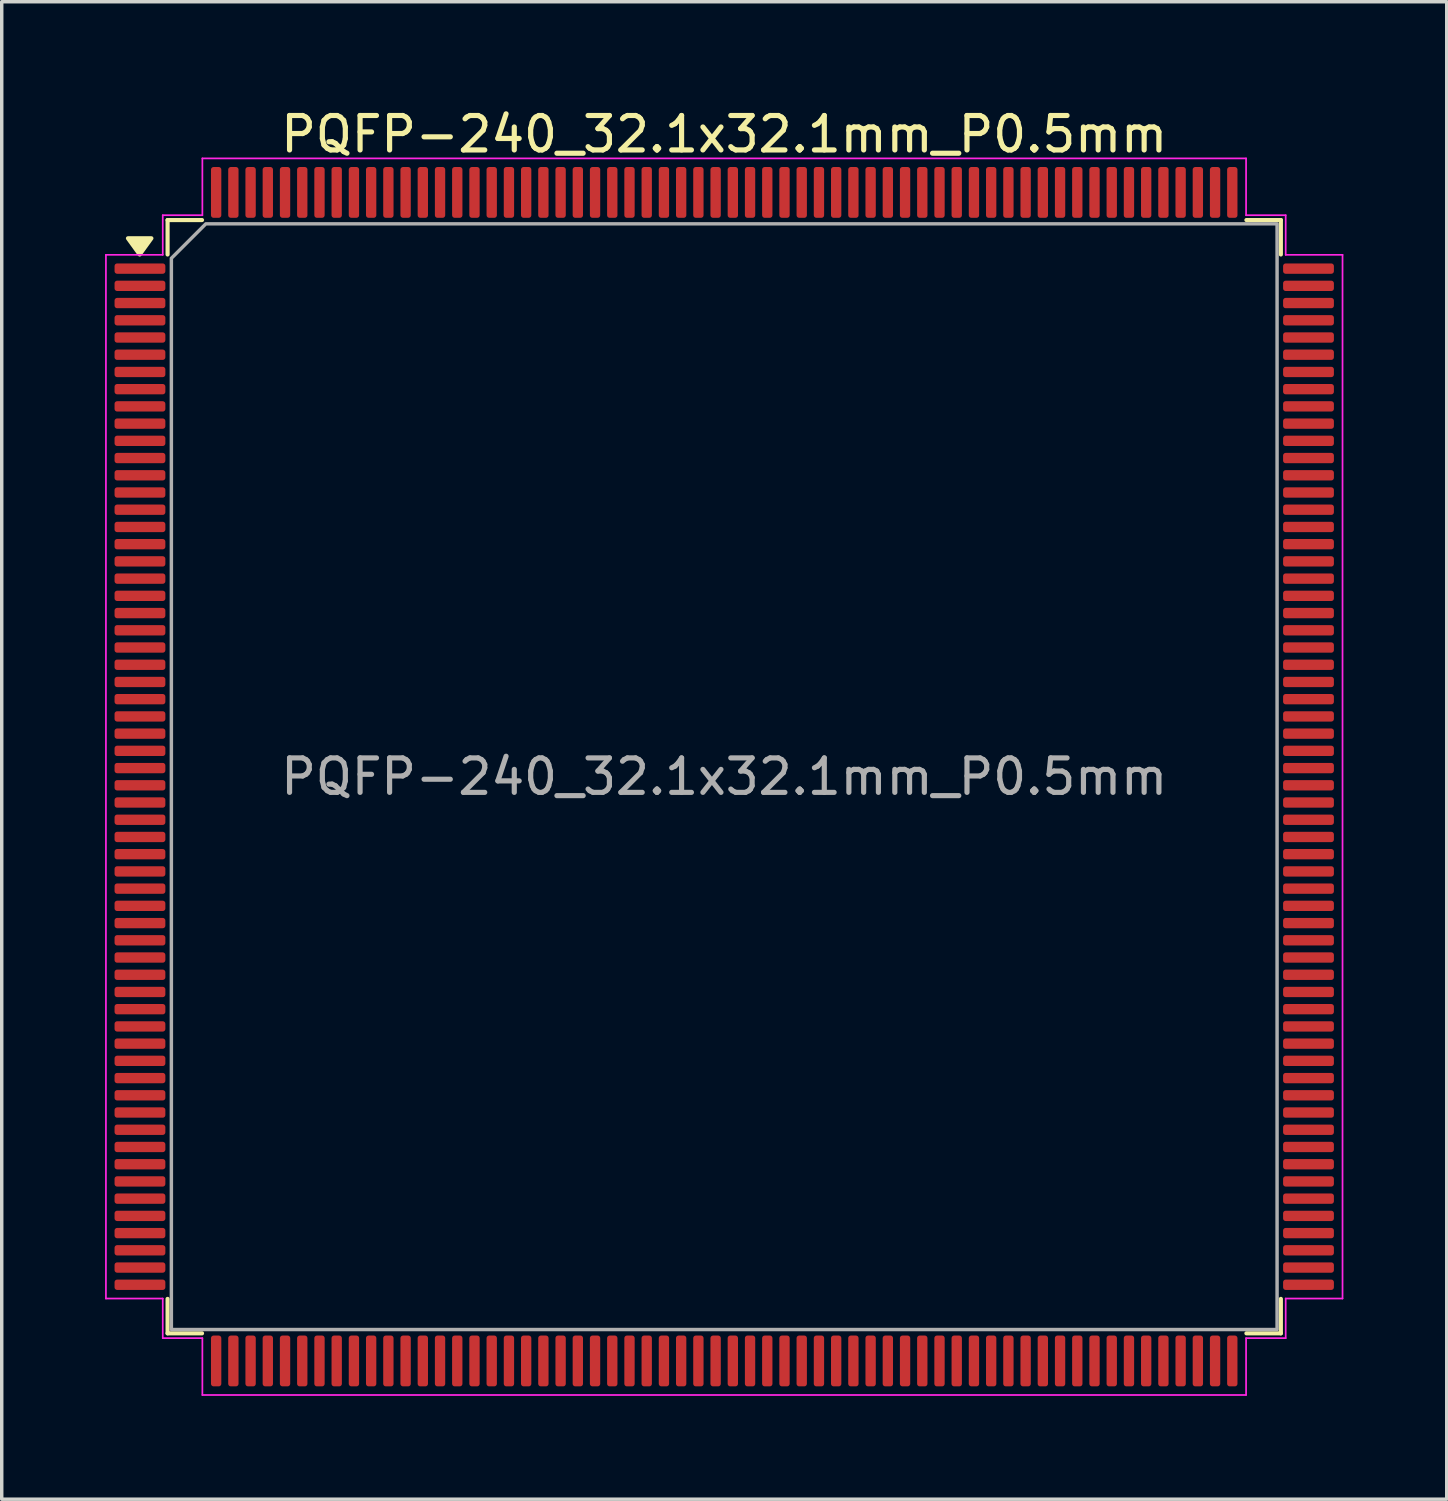
<source format=kicad_pcb>
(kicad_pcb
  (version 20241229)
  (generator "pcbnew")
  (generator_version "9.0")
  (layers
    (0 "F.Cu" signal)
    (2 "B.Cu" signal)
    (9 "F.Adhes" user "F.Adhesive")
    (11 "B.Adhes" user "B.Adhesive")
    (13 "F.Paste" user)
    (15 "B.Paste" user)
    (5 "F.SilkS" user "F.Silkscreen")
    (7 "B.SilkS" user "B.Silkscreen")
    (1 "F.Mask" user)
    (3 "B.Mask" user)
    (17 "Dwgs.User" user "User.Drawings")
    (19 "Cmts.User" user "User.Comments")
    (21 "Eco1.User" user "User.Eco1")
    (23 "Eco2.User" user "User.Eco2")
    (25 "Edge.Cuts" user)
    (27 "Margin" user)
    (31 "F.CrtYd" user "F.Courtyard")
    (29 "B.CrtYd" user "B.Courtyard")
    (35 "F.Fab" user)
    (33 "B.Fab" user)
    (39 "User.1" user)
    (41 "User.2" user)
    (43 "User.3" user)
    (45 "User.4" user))
  (footprint "PQFP-240_32.1x32.1mm_P0.5mm"
    (layer "F.Cu")
    (at 17.975 19.498)
    (property "Reference" "PQFP-240_32.1x32.1mm_P0.5mm" (at 0 -18.65 0) (layer "F.SilkS") (effects (font (size 1 1) (thickness 0.15))))
    (attr smd)
    (fp_line (start -16.16 -16.16) (end -15.16 -16.16) (stroke (width 0.12) (type solid)) (layer "F.SilkS"))
    (fp_line (start -16.16 -15.16) (end -16.16 -16.16) (stroke (width 0.12) (type solid)) (layer "F.SilkS"))
    (fp_line (start -16.16 16.16) (end -16.16 15.16) (stroke (width 0.12) (type solid)) (layer "F.SilkS"))
    (fp_line (start -15.16 16.16) (end -16.16 16.16) (stroke (width 0.12) (type solid)) (layer "F.SilkS"))
    (fp_line (start 15.16 -16.16) (end 16.16 -16.16) (stroke (width 0.12) (type solid)) (layer "F.SilkS"))
    (fp_line (start 16.16 -16.16) (end 16.16 -15.16) (stroke (width 0.12) (type solid)) (layer "F.SilkS"))
    (fp_line (start 16.16 15.16) (end 16.16 16.16) (stroke (width 0.12) (type solid)) (layer "F.SilkS"))
    (fp_line (start 16.16 16.16) (end 15.16 16.16) (stroke (width 0.12) (type solid)) (layer "F.SilkS"))
    (fp_poly (pts (xy -16.97 -15.16) (xy -17.31 -15.63) (xy -16.63 -15.63)) (stroke (width 0.12) (type solid)) (fill yes) (layer "F.SilkS"))
    (fp_line (start -17.95 -15.15) (end -16.3 -15.15) (stroke (width 0.05) (type solid)) (layer "F.CrtYd"))
    (fp_line (start -17.95 15.15) (end -17.95 -15.15) (stroke (width 0.05) (type solid)) (layer "F.CrtYd"))
    (fp_line (start -16.3 -16.3) (end -15.15 -16.3) (stroke (width 0.05) (type solid)) (layer "F.CrtYd"))
    (fp_line (start -16.3 -15.15) (end -16.3 -16.3) (stroke (width 0.05) (type solid)) (layer "F.CrtYd"))
    (fp_line (start -16.3 15.15) (end -17.95 15.15) (stroke (width 0.05) (type solid)) (layer "F.CrtYd"))
    (fp_line (start -16.3 16.3) (end -16.3 15.15) (stroke (width 0.05) (type solid)) (layer "F.CrtYd"))
    (fp_line (start -15.15 -17.95) (end 15.15 -17.95) (stroke (width 0.05) (type solid)) (layer "F.CrtYd"))
    (fp_line (start -15.15 -16.3) (end -15.15 -17.95) (stroke (width 0.05) (type solid)) (layer "F.CrtYd"))
    (fp_line (start -15.15 16.3) (end -16.3 16.3) (stroke (width 0.05) (type solid)) (layer "F.CrtYd"))
    (fp_line (start -15.15 17.95) (end -15.15 16.3) (stroke (width 0.05) (type solid)) (layer "F.CrtYd"))
    (fp_line (start 15.15 -17.95) (end 15.15 -16.3) (stroke (width 0.05) (type solid)) (layer "F.CrtYd"))
    (fp_line (start 15.15 -16.3) (end 16.3 -16.3) (stroke (width 0.05) (type solid)) (layer "F.CrtYd"))
    (fp_line (start 15.15 16.3) (end 15.15 17.95) (stroke (width 0.05) (type solid)) (layer "F.CrtYd"))
    (fp_line (start 15.15 17.95) (end -15.15 17.95) (stroke (width 0.05) (type solid)) (layer "F.CrtYd"))
    (fp_line (start 16.3 -16.3) (end 16.3 -15.15) (stroke (width 0.05) (type solid)) (layer "F.CrtYd"))
    (fp_line (start 16.3 -15.15) (end 17.95 -15.15) (stroke (width 0.05) (type solid)) (layer "F.CrtYd"))
    (fp_line (start 16.3 15.15) (end 16.3 16.3) (stroke (width 0.05) (type solid)) (layer "F.CrtYd"))
    (fp_line (start 16.3 16.3) (end 15.15 16.3) (stroke (width 0.05) (type solid)) (layer "F.CrtYd"))
    (fp_line (start 17.95 -15.15) (end 17.95 15.15) (stroke (width 0.05) (type solid)) (layer "F.CrtYd"))
    (fp_line (start 17.95 15.15) (end 16.3 15.15) (stroke (width 0.05) (type solid)) (layer "F.CrtYd"))
    (fp_poly (pts (xy -16.05 -15.05) (xy -16.05 16.05) (xy 16.05 16.05) (xy 16.05 -16.05) (xy -15.05 -16.05)) (stroke (width 0.1) (type solid)) (fill no) (layer "F.Fab"))
    (fp_text user "${REFERENCE}" (at 0 0 0) (layer "F.Fab") (effects (font (size 1 1) (thickness 0.15))))
    (pad "1" smd roundrect (at -16.962 -14.75) (size 1.475 0.3) (layers "F.Cu" "F.Mask" "F.Paste") (roundrect_rratio 0.25))
    (pad "2" smd roundrect (at -16.962 -14.25) (size 1.475 0.3) (layers "F.Cu" "F.Mask" "F.Paste") (roundrect_rratio 0.25))
    (pad "3" smd roundrect (at -16.962 -13.75) (size 1.475 0.3) (layers "F.Cu" "F.Mask" "F.Paste") (roundrect_rratio 0.25))
    (pad "4" smd roundrect (at -16.962 -13.25) (size 1.475 0.3) (layers "F.Cu" "F.Mask" "F.Paste") (roundrect_rratio 0.25))
    (pad "5" smd roundrect (at -16.962 -12.75) (size 1.475 0.3) (layers "F.Cu" "F.Mask" "F.Paste") (roundrect_rratio 0.25))
    (pad "6" smd roundrect (at -16.962 -12.25) (size 1.475 0.3) (layers "F.Cu" "F.Mask" "F.Paste") (roundrect_rratio 0.25))
    (pad "7" smd roundrect (at -16.962 -11.75) (size 1.475 0.3) (layers "F.Cu" "F.Mask" "F.Paste") (roundrect_rratio 0.25))
    (pad "8" smd roundrect (at -16.962 -11.25) (size 1.475 0.3) (layers "F.Cu" "F.Mask" "F.Paste") (roundrect_rratio 0.25))
    (pad "9" smd roundrect (at -16.962 -10.75) (size 1.475 0.3) (layers "F.Cu" "F.Mask" "F.Paste") (roundrect_rratio 0.25))
    (pad "10" smd roundrect (at -16.962 -10.25) (size 1.475 0.3) (layers "F.Cu" "F.Mask" "F.Paste") (roundrect_rratio 0.25))
    (pad "11" smd roundrect (at -16.962 -9.75) (size 1.475 0.3) (layers "F.Cu" "F.Mask" "F.Paste") (roundrect_rratio 0.25))
    (pad "12" smd roundrect (at -16.962 -9.25) (size 1.475 0.3) (layers "F.Cu" "F.Mask" "F.Paste") (roundrect_rratio 0.25))
    (pad "13" smd roundrect (at -16.962 -8.75) (size 1.475 0.3) (layers "F.Cu" "F.Mask" "F.Paste") (roundrect_rratio 0.25))
    (pad "14" smd roundrect (at -16.962 -8.25) (size 1.475 0.3) (layers "F.Cu" "F.Mask" "F.Paste") (roundrect_rratio 0.25))
    (pad "15" smd roundrect (at -16.962 -7.75) (size 1.475 0.3) (layers "F.Cu" "F.Mask" "F.Paste") (roundrect_rratio 0.25))
    (pad "16" smd roundrect (at -16.962 -7.25) (size 1.475 0.3) (layers "F.Cu" "F.Mask" "F.Paste") (roundrect_rratio 0.25))
    (pad "17" smd roundrect (at -16.962 -6.75) (size 1.475 0.3) (layers "F.Cu" "F.Mask" "F.Paste") (roundrect_rratio 0.25))
    (pad "18" smd roundrect (at -16.962 -6.25) (size 1.475 0.3) (layers "F.Cu" "F.Mask" "F.Paste") (roundrect_rratio 0.25))
    (pad "19" smd roundrect (at -16.962 -5.75) (size 1.475 0.3) (layers "F.Cu" "F.Mask" "F.Paste") (roundrect_rratio 0.25))
    (pad "20" smd roundrect (at -16.962 -5.25) (size 1.475 0.3) (layers "F.Cu" "F.Mask" "F.Paste") (roundrect_rratio 0.25))
    (pad "21" smd roundrect (at -16.962 -4.75) (size 1.475 0.3) (layers "F.Cu" "F.Mask" "F.Paste") (roundrect_rratio 0.25))
    (pad "22" smd roundrect (at -16.962 -4.25) (size 1.475 0.3) (layers "F.Cu" "F.Mask" "F.Paste") (roundrect_rratio 0.25))
    (pad "23" smd roundrect (at -16.962 -3.75) (size 1.475 0.3) (layers "F.Cu" "F.Mask" "F.Paste") (roundrect_rratio 0.25))
    (pad "24" smd roundrect (at -16.962 -3.25) (size 1.475 0.3) (layers "F.Cu" "F.Mask" "F.Paste") (roundrect_rratio 0.25))
    (pad "25" smd roundrect (at -16.962 -2.75) (size 1.475 0.3) (layers "F.Cu" "F.Mask" "F.Paste") (roundrect_rratio 0.25))
    (pad "26" smd roundrect (at -16.962 -2.25) (size 1.475 0.3) (layers "F.Cu" "F.Mask" "F.Paste") (roundrect_rratio 0.25))
    (pad "27" smd roundrect (at -16.962 -1.75) (size 1.475 0.3) (layers "F.Cu" "F.Mask" "F.Paste") (roundrect_rratio 0.25))
    (pad "28" smd roundrect (at -16.962 -1.25) (size 1.475 0.3) (layers "F.Cu" "F.Mask" "F.Paste") (roundrect_rratio 0.25))
    (pad "29" smd roundrect (at -16.962 -0.75) (size 1.475 0.3) (layers "F.Cu" "F.Mask" "F.Paste") (roundrect_rratio 0.25))
    (pad "30" smd roundrect (at -16.962 -0.25) (size 1.475 0.3) (layers "F.Cu" "F.Mask" "F.Paste") (roundrect_rratio 0.25))
    (pad "31" smd roundrect (at -16.962 0.25) (size 1.475 0.3) (layers "F.Cu" "F.Mask" "F.Paste") (roundrect_rratio 0.25))
    (pad "32" smd roundrect (at -16.962 0.75) (size 1.475 0.3) (layers "F.Cu" "F.Mask" "F.Paste") (roundrect_rratio 0.25))
    (pad "33" smd roundrect (at -16.962 1.25) (size 1.475 0.3) (layers "F.Cu" "F.Mask" "F.Paste") (roundrect_rratio 0.25))
    (pad "34" smd roundrect (at -16.962 1.75) (size 1.475 0.3) (layers "F.Cu" "F.Mask" "F.Paste") (roundrect_rratio 0.25))
    (pad "35" smd roundrect (at -16.962 2.25) (size 1.475 0.3) (layers "F.Cu" "F.Mask" "F.Paste") (roundrect_rratio 0.25))
    (pad "36" smd roundrect (at -16.962 2.75) (size 1.475 0.3) (layers "F.Cu" "F.Mask" "F.Paste") (roundrect_rratio 0.25))
    (pad "37" smd roundrect (at -16.962 3.25) (size 1.475 0.3) (layers "F.Cu" "F.Mask" "F.Paste") (roundrect_rratio 0.25))
    (pad "38" smd roundrect (at -16.962 3.75) (size 1.475 0.3) (layers "F.Cu" "F.Mask" "F.Paste") (roundrect_rratio 0.25))
    (pad "39" smd roundrect (at -16.962 4.25) (size 1.475 0.3) (layers "F.Cu" "F.Mask" "F.Paste") (roundrect_rratio 0.25))
    (pad "40" smd roundrect (at -16.962 4.75) (size 1.475 0.3) (layers "F.Cu" "F.Mask" "F.Paste") (roundrect_rratio 0.25))
    (pad "41" smd roundrect (at -16.962 5.25) (size 1.475 0.3) (layers "F.Cu" "F.Mask" "F.Paste") (roundrect_rratio 0.25))
    (pad "42" smd roundrect (at -16.962 5.75) (size 1.475 0.3) (layers "F.Cu" "F.Mask" "F.Paste") (roundrect_rratio 0.25))
    (pad "43" smd roundrect (at -16.962 6.25) (size 1.475 0.3) (layers "F.Cu" "F.Mask" "F.Paste") (roundrect_rratio 0.25))
    (pad "44" smd roundrect (at -16.962 6.75) (size 1.475 0.3) (layers "F.Cu" "F.Mask" "F.Paste") (roundrect_rratio 0.25))
    (pad "45" smd roundrect (at -16.962 7.25) (size 1.475 0.3) (layers "F.Cu" "F.Mask" "F.Paste") (roundrect_rratio 0.25))
    (pad "46" smd roundrect (at -16.962 7.75) (size 1.475 0.3) (layers "F.Cu" "F.Mask" "F.Paste") (roundrect_rratio 0.25))
    (pad "47" smd roundrect (at -16.962 8.25) (size 1.475 0.3) (layers "F.Cu" "F.Mask" "F.Paste") (roundrect_rratio 0.25))
    (pad "48" smd roundrect (at -16.962 8.75) (size 1.475 0.3) (layers "F.Cu" "F.Mask" "F.Paste") (roundrect_rratio 0.25))
    (pad "49" smd roundrect (at -16.962 9.25) (size 1.475 0.3) (layers "F.Cu" "F.Mask" "F.Paste") (roundrect_rratio 0.25))
    (pad "50" smd roundrect (at -16.962 9.75) (size 1.475 0.3) (layers "F.Cu" "F.Mask" "F.Paste") (roundrect_rratio 0.25))
    (pad "51" smd roundrect (at -16.962 10.25) (size 1.475 0.3) (layers "F.Cu" "F.Mask" "F.Paste") (roundrect_rratio 0.25))
    (pad "52" smd roundrect (at -16.962 10.75) (size 1.475 0.3) (layers "F.Cu" "F.Mask" "F.Paste") (roundrect_rratio 0.25))
    (pad "53" smd roundrect (at -16.962 11.25) (size 1.475 0.3) (layers "F.Cu" "F.Mask" "F.Paste") (roundrect_rratio 0.25))
    (pad "54" smd roundrect (at -16.962 11.75) (size 1.475 0.3) (layers "F.Cu" "F.Mask" "F.Paste") (roundrect_rratio 0.25))
    (pad "55" smd roundrect (at -16.962 12.25) (size 1.475 0.3) (layers "F.Cu" "F.Mask" "F.Paste") (roundrect_rratio 0.25))
    (pad "56" smd roundrect (at -16.962 12.75) (size 1.475 0.3) (layers "F.Cu" "F.Mask" "F.Paste") (roundrect_rratio 0.25))
    (pad "57" smd roundrect (at -16.962 13.25) (size 1.475 0.3) (layers "F.Cu" "F.Mask" "F.Paste") (roundrect_rratio 0.25))
    (pad "58" smd roundrect (at -16.962 13.75) (size 1.475 0.3) (layers "F.Cu" "F.Mask" "F.Paste") (roundrect_rratio 0.25))
    (pad "59" smd roundrect (at -16.962 14.25) (size 1.475 0.3) (layers "F.Cu" "F.Mask" "F.Paste") (roundrect_rratio 0.25))
    (pad "60" smd roundrect (at -16.962 14.75) (size 1.475 0.3) (layers "F.Cu" "F.Mask" "F.Paste") (roundrect_rratio 0.25))
    (pad "61" smd roundrect (at -14.75 16.962) (size 0.3 1.475) (layers "F.Cu" "F.Mask" "F.Paste") (roundrect_rratio 0.25))
    (pad "62" smd roundrect (at -14.25 16.962) (size 0.3 1.475) (layers "F.Cu" "F.Mask" "F.Paste") (roundrect_rratio 0.25))
    (pad "63" smd roundrect (at -13.75 16.962) (size 0.3 1.475) (layers "F.Cu" "F.Mask" "F.Paste") (roundrect_rratio 0.25))
    (pad "64" smd roundrect (at -13.25 16.962) (size 0.3 1.475) (layers "F.Cu" "F.Mask" "F.Paste") (roundrect_rratio 0.25))
    (pad "65" smd roundrect (at -12.75 16.962) (size 0.3 1.475) (layers "F.Cu" "F.Mask" "F.Paste") (roundrect_rratio 0.25))
    (pad "66" smd roundrect (at -12.25 16.962) (size 0.3 1.475) (layers "F.Cu" "F.Mask" "F.Paste") (roundrect_rratio 0.25))
    (pad "67" smd roundrect (at -11.75 16.962) (size 0.3 1.475) (layers "F.Cu" "F.Mask" "F.Paste") (roundrect_rratio 0.25))
    (pad "68" smd roundrect (at -11.25 16.962) (size 0.3 1.475) (layers "F.Cu" "F.Mask" "F.Paste") (roundrect_rratio 0.25))
    (pad "69" smd roundrect (at -10.75 16.962) (size 0.3 1.475) (layers "F.Cu" "F.Mask" "F.Paste") (roundrect_rratio 0.25))
    (pad "70" smd roundrect (at -10.25 16.962) (size 0.3 1.475) (layers "F.Cu" "F.Mask" "F.Paste") (roundrect_rratio 0.25))
    (pad "71" smd roundrect (at -9.75 16.962) (size 0.3 1.475) (layers "F.Cu" "F.Mask" "F.Paste") (roundrect_rratio 0.25))
    (pad "72" smd roundrect (at -9.25 16.962) (size 0.3 1.475) (layers "F.Cu" "F.Mask" "F.Paste") (roundrect_rratio 0.25))
    (pad "73" smd roundrect (at -8.75 16.962) (size 0.3 1.475) (layers "F.Cu" "F.Mask" "F.Paste") (roundrect_rratio 0.25))
    (pad "74" smd roundrect (at -8.25 16.962) (size 0.3 1.475) (layers "F.Cu" "F.Mask" "F.Paste") (roundrect_rratio 0.25))
    (pad "75" smd roundrect (at -7.75 16.962) (size 0.3 1.475) (layers "F.Cu" "F.Mask" "F.Paste") (roundrect_rratio 0.25))
    (pad "76" smd roundrect (at -7.25 16.962) (size 0.3 1.475) (layers "F.Cu" "F.Mask" "F.Paste") (roundrect_rratio 0.25))
    (pad "77" smd roundrect (at -6.75 16.962) (size 0.3 1.475) (layers "F.Cu" "F.Mask" "F.Paste") (roundrect_rratio 0.25))
    (pad "78" smd roundrect (at -6.25 16.962) (size 0.3 1.475) (layers "F.Cu" "F.Mask" "F.Paste") (roundrect_rratio 0.25))
    (pad "79" smd roundrect (at -5.75 16.962) (size 0.3 1.475) (layers "F.Cu" "F.Mask" "F.Paste") (roundrect_rratio 0.25))
    (pad "80" smd roundrect (at -5.25 16.962) (size 0.3 1.475) (layers "F.Cu" "F.Mask" "F.Paste") (roundrect_rratio 0.25))
    (pad "81" smd roundrect (at -4.75 16.962) (size 0.3 1.475) (layers "F.Cu" "F.Mask" "F.Paste") (roundrect_rratio 0.25))
    (pad "82" smd roundrect (at -4.25 16.962) (size 0.3 1.475) (layers "F.Cu" "F.Mask" "F.Paste") (roundrect_rratio 0.25))
    (pad "83" smd roundrect (at -3.75 16.962) (size 0.3 1.475) (layers "F.Cu" "F.Mask" "F.Paste") (roundrect_rratio 0.25))
    (pad "84" smd roundrect (at -3.25 16.962) (size 0.3 1.475) (layers "F.Cu" "F.Mask" "F.Paste") (roundrect_rratio 0.25))
    (pad "85" smd roundrect (at -2.75 16.962) (size 0.3 1.475) (layers "F.Cu" "F.Mask" "F.Paste") (roundrect_rratio 0.25))
    (pad "86" smd roundrect (at -2.25 16.962) (size 0.3 1.475) (layers "F.Cu" "F.Mask" "F.Paste") (roundrect_rratio 0.25))
    (pad "87" smd roundrect (at -1.75 16.962) (size 0.3 1.475) (layers "F.Cu" "F.Mask" "F.Paste") (roundrect_rratio 0.25))
    (pad "88" smd roundrect (at -1.25 16.962) (size 0.3 1.475) (layers "F.Cu" "F.Mask" "F.Paste") (roundrect_rratio 0.25))
    (pad "89" smd roundrect (at -0.75 16.962) (size 0.3 1.475) (layers "F.Cu" "F.Mask" "F.Paste") (roundrect_rratio 0.25))
    (pad "90" smd roundrect (at -0.25 16.962) (size 0.3 1.475) (layers "F.Cu" "F.Mask" "F.Paste") (roundrect_rratio 0.25))
    (pad "91" smd roundrect (at 0.25 16.962) (size 0.3 1.475) (layers "F.Cu" "F.Mask" "F.Paste") (roundrect_rratio 0.25))
    (pad "92" smd roundrect (at 0.75 16.962) (size 0.3 1.475) (layers "F.Cu" "F.Mask" "F.Paste") (roundrect_rratio 0.25))
    (pad "93" smd roundrect (at 1.25 16.962) (size 0.3 1.475) (layers "F.Cu" "F.Mask" "F.Paste") (roundrect_rratio 0.25))
    (pad "94" smd roundrect (at 1.75 16.962) (size 0.3 1.475) (layers "F.Cu" "F.Mask" "F.Paste") (roundrect_rratio 0.25))
    (pad "95" smd roundrect (at 2.25 16.962) (size 0.3 1.475) (layers "F.Cu" "F.Mask" "F.Paste") (roundrect_rratio 0.25))
    (pad "96" smd roundrect (at 2.75 16.962) (size 0.3 1.475) (layers "F.Cu" "F.Mask" "F.Paste") (roundrect_rratio 0.25))
    (pad "97" smd roundrect (at 3.25 16.962) (size 0.3 1.475) (layers "F.Cu" "F.Mask" "F.Paste") (roundrect_rratio 0.25))
    (pad "98" smd roundrect (at 3.75 16.962) (size 0.3 1.475) (layers "F.Cu" "F.Mask" "F.Paste") (roundrect_rratio 0.25))
    (pad "99" smd roundrect (at 4.25 16.962) (size 0.3 1.475) (layers "F.Cu" "F.Mask" "F.Paste") (roundrect_rratio 0.25))
    (pad "100" smd roundrect (at 4.75 16.962) (size 0.3 1.475) (layers "F.Cu" "F.Mask" "F.Paste") (roundrect_rratio 0.25))
    (pad "101" smd roundrect (at 5.25 16.962) (size 0.3 1.475) (layers "F.Cu" "F.Mask" "F.Paste") (roundrect_rratio 0.25))
    (pad "102" smd roundrect (at 5.75 16.962) (size 0.3 1.475) (layers "F.Cu" "F.Mask" "F.Paste") (roundrect_rratio 0.25))
    (pad "103" smd roundrect (at 6.25 16.962) (size 0.3 1.475) (layers "F.Cu" "F.Mask" "F.Paste") (roundrect_rratio 0.25))
    (pad "104" smd roundrect (at 6.75 16.962) (size 0.3 1.475) (layers "F.Cu" "F.Mask" "F.Paste") (roundrect_rratio 0.25))
    (pad "105" smd roundrect (at 7.25 16.962) (size 0.3 1.475) (layers "F.Cu" "F.Mask" "F.Paste") (roundrect_rratio 0.25))
    (pad "106" smd roundrect (at 7.75 16.962) (size 0.3 1.475) (layers "F.Cu" "F.Mask" "F.Paste") (roundrect_rratio 0.25))
    (pad "107" smd roundrect (at 8.25 16.962) (size 0.3 1.475) (layers "F.Cu" "F.Mask" "F.Paste") (roundrect_rratio 0.25))
    (pad "108" smd roundrect (at 8.75 16.962) (size 0.3 1.475) (layers "F.Cu" "F.Mask" "F.Paste") (roundrect_rratio 0.25))
    (pad "109" smd roundrect (at 9.25 16.962) (size 0.3 1.475) (layers "F.Cu" "F.Mask" "F.Paste") (roundrect_rratio 0.25))
    (pad "110" smd roundrect (at 9.75 16.962) (size 0.3 1.475) (layers "F.Cu" "F.Mask" "F.Paste") (roundrect_rratio 0.25))
    (pad "111" smd roundrect (at 10.25 16.962) (size 0.3 1.475) (layers "F.Cu" "F.Mask" "F.Paste") (roundrect_rratio 0.25))
    (pad "112" smd roundrect (at 10.75 16.962) (size 0.3 1.475) (layers "F.Cu" "F.Mask" "F.Paste") (roundrect_rratio 0.25))
    (pad "113" smd roundrect (at 11.25 16.962) (size 0.3 1.475) (layers "F.Cu" "F.Mask" "F.Paste") (roundrect_rratio 0.25))
    (pad "114" smd roundrect (at 11.75 16.962) (size 0.3 1.475) (layers "F.Cu" "F.Mask" "F.Paste") (roundrect_rratio 0.25))
    (pad "115" smd roundrect (at 12.25 16.962) (size 0.3 1.475) (layers "F.Cu" "F.Mask" "F.Paste") (roundrect_rratio 0.25))
    (pad "116" smd roundrect (at 12.75 16.962) (size 0.3 1.475) (layers "F.Cu" "F.Mask" "F.Paste") (roundrect_rratio 0.25))
    (pad "117" smd roundrect (at 13.25 16.962) (size 0.3 1.475) (layers "F.Cu" "F.Mask" "F.Paste") (roundrect_rratio 0.25))
    (pad "118" smd roundrect (at 13.75 16.962) (size 0.3 1.475) (layers "F.Cu" "F.Mask" "F.Paste") (roundrect_rratio 0.25))
    (pad "119" smd roundrect (at 14.25 16.962) (size 0.3 1.475) (layers "F.Cu" "F.Mask" "F.Paste") (roundrect_rratio 0.25))
    (pad "120" smd roundrect (at 14.75 16.962) (size 0.3 1.475) (layers "F.Cu" "F.Mask" "F.Paste") (roundrect_rratio 0.25))
    (pad "121" smd roundrect (at 16.962 14.75) (size 1.475 0.3) (layers "F.Cu" "F.Mask" "F.Paste") (roundrect_rratio 0.25))
    (pad "122" smd roundrect (at 16.962 14.25) (size 1.475 0.3) (layers "F.Cu" "F.Mask" "F.Paste") (roundrect_rratio 0.25))
    (pad "123" smd roundrect (at 16.962 13.75) (size 1.475 0.3) (layers "F.Cu" "F.Mask" "F.Paste") (roundrect_rratio 0.25))
    (pad "124" smd roundrect (at 16.962 13.25) (size 1.475 0.3) (layers "F.Cu" "F.Mask" "F.Paste") (roundrect_rratio 0.25))
    (pad "125" smd roundrect (at 16.962 12.75) (size 1.475 0.3) (layers "F.Cu" "F.Mask" "F.Paste") (roundrect_rratio 0.25))
    (pad "126" smd roundrect (at 16.962 12.25) (size 1.475 0.3) (layers "F.Cu" "F.Mask" "F.Paste") (roundrect_rratio 0.25))
    (pad "127" smd roundrect (at 16.962 11.75) (size 1.475 0.3) (layers "F.Cu" "F.Mask" "F.Paste") (roundrect_rratio 0.25))
    (pad "128" smd roundrect (at 16.962 11.25) (size 1.475 0.3) (layers "F.Cu" "F.Mask" "F.Paste") (roundrect_rratio 0.25))
    (pad "129" smd roundrect (at 16.962 10.75) (size 1.475 0.3) (layers "F.Cu" "F.Mask" "F.Paste") (roundrect_rratio 0.25))
    (pad "130" smd roundrect (at 16.962 10.25) (size 1.475 0.3) (layers "F.Cu" "F.Mask" "F.Paste") (roundrect_rratio 0.25))
    (pad "131" smd roundrect (at 16.962 9.75) (size 1.475 0.3) (layers "F.Cu" "F.Mask" "F.Paste") (roundrect_rratio 0.25))
    (pad "132" smd roundrect (at 16.962 9.25) (size 1.475 0.3) (layers "F.Cu" "F.Mask" "F.Paste") (roundrect_rratio 0.25))
    (pad "133" smd roundrect (at 16.962 8.75) (size 1.475 0.3) (layers "F.Cu" "F.Mask" "F.Paste") (roundrect_rratio 0.25))
    (pad "134" smd roundrect (at 16.962 8.25) (size 1.475 0.3) (layers "F.Cu" "F.Mask" "F.Paste") (roundrect_rratio 0.25))
    (pad "135" smd roundrect (at 16.962 7.75) (size 1.475 0.3) (layers "F.Cu" "F.Mask" "F.Paste") (roundrect_rratio 0.25))
    (pad "136" smd roundrect (at 16.962 7.25) (size 1.475 0.3) (layers "F.Cu" "F.Mask" "F.Paste") (roundrect_rratio 0.25))
    (pad "137" smd roundrect (at 16.962 6.75) (size 1.475 0.3) (layers "F.Cu" "F.Mask" "F.Paste") (roundrect_rratio 0.25))
    (pad "138" smd roundrect (at 16.962 6.25) (size 1.475 0.3) (layers "F.Cu" "F.Mask" "F.Paste") (roundrect_rratio 0.25))
    (pad "139" smd roundrect (at 16.962 5.75) (size 1.475 0.3) (layers "F.Cu" "F.Mask" "F.Paste") (roundrect_rratio 0.25))
    (pad "140" smd roundrect (at 16.962 5.25) (size 1.475 0.3) (layers "F.Cu" "F.Mask" "F.Paste") (roundrect_rratio 0.25))
    (pad "141" smd roundrect (at 16.962 4.75) (size 1.475 0.3) (layers "F.Cu" "F.Mask" "F.Paste") (roundrect_rratio 0.25))
    (pad "142" smd roundrect (at 16.962 4.25) (size 1.475 0.3) (layers "F.Cu" "F.Mask" "F.Paste") (roundrect_rratio 0.25))
    (pad "143" smd roundrect (at 16.962 3.75) (size 1.475 0.3) (layers "F.Cu" "F.Mask" "F.Paste") (roundrect_rratio 0.25))
    (pad "144" smd roundrect (at 16.962 3.25) (size 1.475 0.3) (layers "F.Cu" "F.Mask" "F.Paste") (roundrect_rratio 0.25))
    (pad "145" smd roundrect (at 16.962 2.75) (size 1.475 0.3) (layers "F.Cu" "F.Mask" "F.Paste") (roundrect_rratio 0.25))
    (pad "146" smd roundrect (at 16.962 2.25) (size 1.475 0.3) (layers "F.Cu" "F.Mask" "F.Paste") (roundrect_rratio 0.25))
    (pad "147" smd roundrect (at 16.962 1.75) (size 1.475 0.3) (layers "F.Cu" "F.Mask" "F.Paste") (roundrect_rratio 0.25))
    (pad "148" smd roundrect (at 16.962 1.25) (size 1.475 0.3) (layers "F.Cu" "F.Mask" "F.Paste") (roundrect_rratio 0.25))
    (pad "149" smd roundrect (at 16.962 0.75) (size 1.475 0.3) (layers "F.Cu" "F.Mask" "F.Paste") (roundrect_rratio 0.25))
    (pad "150" smd roundrect (at 16.962 0.25) (size 1.475 0.3) (layers "F.Cu" "F.Mask" "F.Paste") (roundrect_rratio 0.25))
    (pad "151" smd roundrect (at 16.962 -0.25) (size 1.475 0.3) (layers "F.Cu" "F.Mask" "F.Paste") (roundrect_rratio 0.25))
    (pad "152" smd roundrect (at 16.962 -0.75) (size 1.475 0.3) (layers "F.Cu" "F.Mask" "F.Paste") (roundrect_rratio 0.25))
    (pad "153" smd roundrect (at 16.962 -1.25) (size 1.475 0.3) (layers "F.Cu" "F.Mask" "F.Paste") (roundrect_rratio 0.25))
    (pad "154" smd roundrect (at 16.962 -1.75) (size 1.475 0.3) (layers "F.Cu" "F.Mask" "F.Paste") (roundrect_rratio 0.25))
    (pad "155" smd roundrect (at 16.962 -2.25) (size 1.475 0.3) (layers "F.Cu" "F.Mask" "F.Paste") (roundrect_rratio 0.25))
    (pad "156" smd roundrect (at 16.962 -2.75) (size 1.475 0.3) (layers "F.Cu" "F.Mask" "F.Paste") (roundrect_rratio 0.25))
    (pad "157" smd roundrect (at 16.962 -3.25) (size 1.475 0.3) (layers "F.Cu" "F.Mask" "F.Paste") (roundrect_rratio 0.25))
    (pad "158" smd roundrect (at 16.962 -3.75) (size 1.475 0.3) (layers "F.Cu" "F.Mask" "F.Paste") (roundrect_rratio 0.25))
    (pad "159" smd roundrect (at 16.962 -4.25) (size 1.475 0.3) (layers "F.Cu" "F.Mask" "F.Paste") (roundrect_rratio 0.25))
    (pad "160" smd roundrect (at 16.962 -4.75) (size 1.475 0.3) (layers "F.Cu" "F.Mask" "F.Paste") (roundrect_rratio 0.25))
    (pad "161" smd roundrect (at 16.962 -5.25) (size 1.475 0.3) (layers "F.Cu" "F.Mask" "F.Paste") (roundrect_rratio 0.25))
    (pad "162" smd roundrect (at 16.962 -5.75) (size 1.475 0.3) (layers "F.Cu" "F.Mask" "F.Paste") (roundrect_rratio 0.25))
    (pad "163" smd roundrect (at 16.962 -6.25) (size 1.475 0.3) (layers "F.Cu" "F.Mask" "F.Paste") (roundrect_rratio 0.25))
    (pad "164" smd roundrect (at 16.962 -6.75) (size 1.475 0.3) (layers "F.Cu" "F.Mask" "F.Paste") (roundrect_rratio 0.25))
    (pad "165" smd roundrect (at 16.962 -7.25) (size 1.475 0.3) (layers "F.Cu" "F.Mask" "F.Paste") (roundrect_rratio 0.25))
    (pad "166" smd roundrect (at 16.962 -7.75) (size 1.475 0.3) (layers "F.Cu" "F.Mask" "F.Paste") (roundrect_rratio 0.25))
    (pad "167" smd roundrect (at 16.962 -8.25) (size 1.475 0.3) (layers "F.Cu" "F.Mask" "F.Paste") (roundrect_rratio 0.25))
    (pad "168" smd roundrect (at 16.962 -8.75) (size 1.475 0.3) (layers "F.Cu" "F.Mask" "F.Paste") (roundrect_rratio 0.25))
    (pad "169" smd roundrect (at 16.962 -9.25) (size 1.475 0.3) (layers "F.Cu" "F.Mask" "F.Paste") (roundrect_rratio 0.25))
    (pad "170" smd roundrect (at 16.962 -9.75) (size 1.475 0.3) (layers "F.Cu" "F.Mask" "F.Paste") (roundrect_rratio 0.25))
    (pad "171" smd roundrect (at 16.962 -10.25) (size 1.475 0.3) (layers "F.Cu" "F.Mask" "F.Paste") (roundrect_rratio 0.25))
    (pad "172" smd roundrect (at 16.962 -10.75) (size 1.475 0.3) (layers "F.Cu" "F.Mask" "F.Paste") (roundrect_rratio 0.25))
    (pad "173" smd roundrect (at 16.962 -11.25) (size 1.475 0.3) (layers "F.Cu" "F.Mask" "F.Paste") (roundrect_rratio 0.25))
    (pad "174" smd roundrect (at 16.962 -11.75) (size 1.475 0.3) (layers "F.Cu" "F.Mask" "F.Paste") (roundrect_rratio 0.25))
    (pad "175" smd roundrect (at 16.962 -12.25) (size 1.475 0.3) (layers "F.Cu" "F.Mask" "F.Paste") (roundrect_rratio 0.25))
    (pad "176" smd roundrect (at 16.962 -12.75) (size 1.475 0.3) (layers "F.Cu" "F.Mask" "F.Paste") (roundrect_rratio 0.25))
    (pad "177" smd roundrect (at 16.962 -13.25) (size 1.475 0.3) (layers "F.Cu" "F.Mask" "F.Paste") (roundrect_rratio 0.25))
    (pad "178" smd roundrect (at 16.962 -13.75) (size 1.475 0.3) (layers "F.Cu" "F.Mask" "F.Paste") (roundrect_rratio 0.25))
    (pad "179" smd roundrect (at 16.962 -14.25) (size 1.475 0.3) (layers "F.Cu" "F.Mask" "F.Paste") (roundrect_rratio 0.25))
    (pad "180" smd roundrect (at 16.962 -14.75) (size 1.475 0.3) (layers "F.Cu" "F.Mask" "F.Paste") (roundrect_rratio 0.25))
    (pad "181" smd roundrect (at 14.75 -16.962) (size 0.3 1.475) (layers "F.Cu" "F.Mask" "F.Paste") (roundrect_rratio 0.25))
    (pad "182" smd roundrect (at 14.25 -16.962) (size 0.3 1.475) (layers "F.Cu" "F.Mask" "F.Paste") (roundrect_rratio 0.25))
    (pad "183" smd roundrect (at 13.75 -16.962) (size 0.3 1.475) (layers "F.Cu" "F.Mask" "F.Paste") (roundrect_rratio 0.25))
    (pad "184" smd roundrect (at 13.25 -16.962) (size 0.3 1.475) (layers "F.Cu" "F.Mask" "F.Paste") (roundrect_rratio 0.25))
    (pad "185" smd roundrect (at 12.75 -16.962) (size 0.3 1.475) (layers "F.Cu" "F.Mask" "F.Paste") (roundrect_rratio 0.25))
    (pad "186" smd roundrect (at 12.25 -16.962) (size 0.3 1.475) (layers "F.Cu" "F.Mask" "F.Paste") (roundrect_rratio 0.25))
    (pad "187" smd roundrect (at 11.75 -16.962) (size 0.3 1.475) (layers "F.Cu" "F.Mask" "F.Paste") (roundrect_rratio 0.25))
    (pad "188" smd roundrect (at 11.25 -16.962) (size 0.3 1.475) (layers "F.Cu" "F.Mask" "F.Paste") (roundrect_rratio 0.25))
    (pad "189" smd roundrect (at 10.75 -16.962) (size 0.3 1.475) (layers "F.Cu" "F.Mask" "F.Paste") (roundrect_rratio 0.25))
    (pad "190" smd roundrect (at 10.25 -16.962) (size 0.3 1.475) (layers "F.Cu" "F.Mask" "F.Paste") (roundrect_rratio 0.25))
    (pad "191" smd roundrect (at 9.75 -16.962) (size 0.3 1.475) (layers "F.Cu" "F.Mask" "F.Paste") (roundrect_rratio 0.25))
    (pad "192" smd roundrect (at 9.25 -16.962) (size 0.3 1.475) (layers "F.Cu" "F.Mask" "F.Paste") (roundrect_rratio 0.25))
    (pad "193" smd roundrect (at 8.75 -16.962) (size 0.3 1.475) (layers "F.Cu" "F.Mask" "F.Paste") (roundrect_rratio 0.25))
    (pad "194" smd roundrect (at 8.25 -16.962) (size 0.3 1.475) (layers "F.Cu" "F.Mask" "F.Paste") (roundrect_rratio 0.25))
    (pad "195" smd roundrect (at 7.75 -16.962) (size 0.3 1.475) (layers "F.Cu" "F.Mask" "F.Paste") (roundrect_rratio 0.25))
    (pad "196" smd roundrect (at 7.25 -16.962) (size 0.3 1.475) (layers "F.Cu" "F.Mask" "F.Paste") (roundrect_rratio 0.25))
    (pad "197" smd roundrect (at 6.75 -16.962) (size 0.3 1.475) (layers "F.Cu" "F.Mask" "F.Paste") (roundrect_rratio 0.25))
    (pad "198" smd roundrect (at 6.25 -16.962) (size 0.3 1.475) (layers "F.Cu" "F.Mask" "F.Paste") (roundrect_rratio 0.25))
    (pad "199" smd roundrect (at 5.75 -16.962) (size 0.3 1.475) (layers "F.Cu" "F.Mask" "F.Paste") (roundrect_rratio 0.25))
    (pad "200" smd roundrect (at 5.25 -16.962) (size 0.3 1.475) (layers "F.Cu" "F.Mask" "F.Paste") (roundrect_rratio 0.25))
    (pad "201" smd roundrect (at 4.75 -16.962) (size 0.3 1.475) (layers "F.Cu" "F.Mask" "F.Paste") (roundrect_rratio 0.25))
    (pad "202" smd roundrect (at 4.25 -16.962) (size 0.3 1.475) (layers "F.Cu" "F.Mask" "F.Paste") (roundrect_rratio 0.25))
    (pad "203" smd roundrect (at 3.75 -16.962) (size 0.3 1.475) (layers "F.Cu" "F.Mask" "F.Paste") (roundrect_rratio 0.25))
    (pad "204" smd roundrect (at 3.25 -16.962) (size 0.3 1.475) (layers "F.Cu" "F.Mask" "F.Paste") (roundrect_rratio 0.25))
    (pad "205" smd roundrect (at 2.75 -16.962) (size 0.3 1.475) (layers "F.Cu" "F.Mask" "F.Paste") (roundrect_rratio 0.25))
    (pad "206" smd roundrect (at 2.25 -16.962) (size 0.3 1.475) (layers "F.Cu" "F.Mask" "F.Paste") (roundrect_rratio 0.25))
    (pad "207" smd roundrect (at 1.75 -16.962) (size 0.3 1.475) (layers "F.Cu" "F.Mask" "F.Paste") (roundrect_rratio 0.25))
    (pad "208" smd roundrect (at 1.25 -16.962) (size 0.3 1.475) (layers "F.Cu" "F.Mask" "F.Paste") (roundrect_rratio 0.25))
    (pad "209" smd roundrect (at 0.75 -16.962) (size 0.3 1.475) (layers "F.Cu" "F.Mask" "F.Paste") (roundrect_rratio 0.25))
    (pad "210" smd roundrect (at 0.25 -16.962) (size 0.3 1.475) (layers "F.Cu" "F.Mask" "F.Paste") (roundrect_rratio 0.25))
    (pad "211" smd roundrect (at -0.25 -16.962) (size 0.3 1.475) (layers "F.Cu" "F.Mask" "F.Paste") (roundrect_rratio 0.25))
    (pad "212" smd roundrect (at -0.75 -16.962) (size 0.3 1.475) (layers "F.Cu" "F.Mask" "F.Paste") (roundrect_rratio 0.25))
    (pad "213" smd roundrect (at -1.25 -16.962) (size 0.3 1.475) (layers "F.Cu" "F.Mask" "F.Paste") (roundrect_rratio 0.25))
    (pad "214" smd roundrect (at -1.75 -16.962) (size 0.3 1.475) (layers "F.Cu" "F.Mask" "F.Paste") (roundrect_rratio 0.25))
    (pad "215" smd roundrect (at -2.25 -16.962) (size 0.3 1.475) (layers "F.Cu" "F.Mask" "F.Paste") (roundrect_rratio 0.25))
    (pad "216" smd roundrect (at -2.75 -16.962) (size 0.3 1.475) (layers "F.Cu" "F.Mask" "F.Paste") (roundrect_rratio 0.25))
    (pad "217" smd roundrect (at -3.25 -16.962) (size 0.3 1.475) (layers "F.Cu" "F.Mask" "F.Paste") (roundrect_rratio 0.25))
    (pad "218" smd roundrect (at -3.75 -16.962) (size 0.3 1.475) (layers "F.Cu" "F.Mask" "F.Paste") (roundrect_rratio 0.25))
    (pad "219" smd roundrect (at -4.25 -16.962) (size 0.3 1.475) (layers "F.Cu" "F.Mask" "F.Paste") (roundrect_rratio 0.25))
    (pad "220" smd roundrect (at -4.75 -16.962) (size 0.3 1.475) (layers "F.Cu" "F.Mask" "F.Paste") (roundrect_rratio 0.25))
    (pad "221" smd roundrect (at -5.25 -16.962) (size 0.3 1.475) (layers "F.Cu" "F.Mask" "F.Paste") (roundrect_rratio 0.25))
    (pad "222" smd roundrect (at -5.75 -16.962) (size 0.3 1.475) (layers "F.Cu" "F.Mask" "F.Paste") (roundrect_rratio 0.25))
    (pad "223" smd roundrect (at -6.25 -16.962) (size 0.3 1.475) (layers "F.Cu" "F.Mask" "F.Paste") (roundrect_rratio 0.25))
    (pad "224" smd roundrect (at -6.75 -16.962) (size 0.3 1.475) (layers "F.Cu" "F.Mask" "F.Paste") (roundrect_rratio 0.25))
    (pad "225" smd roundrect (at -7.25 -16.962) (size 0.3 1.475) (layers "F.Cu" "F.Mask" "F.Paste") (roundrect_rratio 0.25))
    (pad "226" smd roundrect (at -7.75 -16.962) (size 0.3 1.475) (layers "F.Cu" "F.Mask" "F.Paste") (roundrect_rratio 0.25))
    (pad "227" smd roundrect (at -8.25 -16.962) (size 0.3 1.475) (layers "F.Cu" "F.Mask" "F.Paste") (roundrect_rratio 0.25))
    (pad "228" smd roundrect (at -8.75 -16.962) (size 0.3 1.475) (layers "F.Cu" "F.Mask" "F.Paste") (roundrect_rratio 0.25))
    (pad "229" smd roundrect (at -9.25 -16.962) (size 0.3 1.475) (layers "F.Cu" "F.Mask" "F.Paste") (roundrect_rratio 0.25))
    (pad "230" smd roundrect (at -9.75 -16.962) (size 0.3 1.475) (layers "F.Cu" "F.Mask" "F.Paste") (roundrect_rratio 0.25))
    (pad "231" smd roundrect (at -10.25 -16.962) (size 0.3 1.475) (layers "F.Cu" "F.Mask" "F.Paste") (roundrect_rratio 0.25))
    (pad "232" smd roundrect (at -10.75 -16.962) (size 0.3 1.475) (layers "F.Cu" "F.Mask" "F.Paste") (roundrect_rratio 0.25))
    (pad "233" smd roundrect (at -11.25 -16.962) (size 0.3 1.475) (layers "F.Cu" "F.Mask" "F.Paste") (roundrect_rratio 0.25))
    (pad "234" smd roundrect (at -11.75 -16.962) (size 0.3 1.475) (layers "F.Cu" "F.Mask" "F.Paste") (roundrect_rratio 0.25))
    (pad "235" smd roundrect (at -12.25 -16.962) (size 0.3 1.475) (layers "F.Cu" "F.Mask" "F.Paste") (roundrect_rratio 0.25))
    (pad "236" smd roundrect (at -12.75 -16.962) (size 0.3 1.475) (layers "F.Cu" "F.Mask" "F.Paste") (roundrect_rratio 0.25))
    (pad "237" smd roundrect (at -13.25 -16.962) (size 0.3 1.475) (layers "F.Cu" "F.Mask" "F.Paste") (roundrect_rratio 0.25))
    (pad "238" smd roundrect (at -13.75 -16.962) (size 0.3 1.475) (layers "F.Cu" "F.Mask" "F.Paste") (roundrect_rratio 0.25))
    (pad "239" smd roundrect (at -14.25 -16.962) (size 0.3 1.475) (layers "F.Cu" "F.Mask" "F.Paste") (roundrect_rratio 0.25))
    (pad "240" smd roundrect (at -14.75 -16.962) (size 0.3 1.475) (layers "F.Cu" "F.Mask" "F.Paste") (roundrect_rratio 0.25)))
  (gr_rect
    (start -3 -3)
    (end 38.95 40.473)
    (stroke (width 0.1) (type default))
    (fill no)
    (layer "Edge.Cuts")))
</source>
